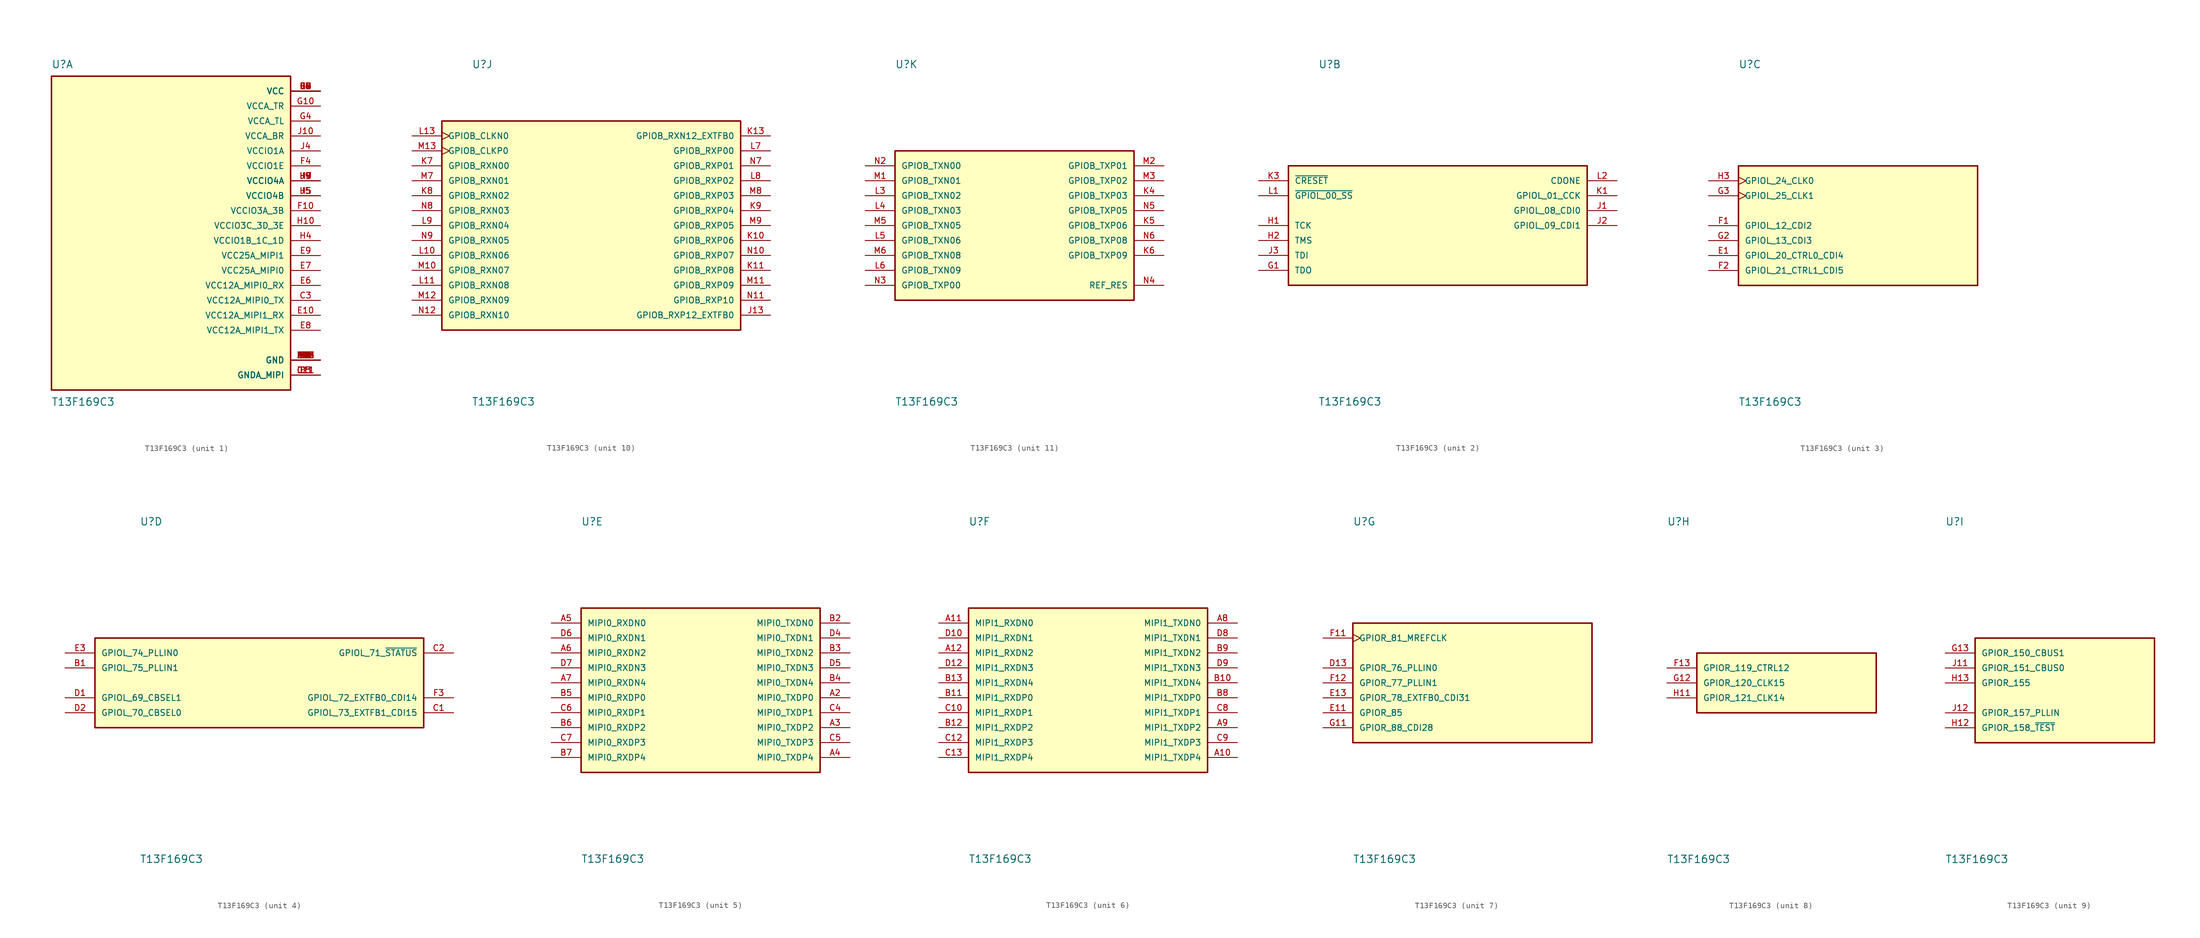
<source format=kicad_sym>
(kicad_symbol_lib
  (version 20211014)
  (generator kicad_symbol_editor)
  (symbol "T13F169C3"
    (pin_names
      (offset 1.016))
    (property "Reference" "U"
      (at -20.32 26.67 0)
      (effects (font (size 1.27 1.27)) (justify left bottom)))
    (property "Value" "T13F169C3"
      (at -20.32 -29.21 0)
      (effects (font (size 1.27 1.27)) (justify left top)))
    (symbol "T13F169C3_1_0"
      (rectangle (start -20.32 -27.94) (end 20.32 25.4) (stroke (width 0.254) (type default) (color 0 0 0 0)) (fill (type background)))
      (pin power_in line (at 25.4 -22.86 180) (length 5.08) (name "GND" (effects (font (size 1.016 1.016)))) (number "A1" (effects (font (size 1.016 1.016)))))
      (pin power_in line (at 25.4 -22.86 180) (length 5.08) (name "GND" (effects (font (size 1.016 1.016)))) (number "A13" (effects (font (size 1.016 1.016)))))
      (pin power_in line (at 25.4 -25.4 180) (length 5.08) (name "GNDA_MIPI" (effects (font (size 1.016 1.016)))) (number "C11" (effects (font (size 1.016 1.016)))))
      (pin power_in line (at 25.4 -12.7 180) (length 5.08) (name "VCC12A_MIPI0_TX" (effects (font (size 1.016 1.016)))) (number "C3" (effects (font (size 1.016 1.016)))))
      (pin power_in line (at 25.4 -25.4 180) (length 5.08) (name "GNDA_MIPI" (effects (font (size 1.016 1.016)))) (number "D11" (effects (font (size 1.016 1.016)))))
      (pin power_in line (at 25.4 -25.4 180) (length 5.08) (name "GNDA_MIPI" (effects (font (size 1.016 1.016)))) (number "D3" (effects (font (size 1.016 1.016)))))
      (pin power_in line (at 25.4 -15.24 180) (length 5.08) (name "VCC12A_MIPI1_RX" (effects (font (size 1.016 1.016)))) (number "E10" (effects (font (size 1.016 1.016)))))
      (pin power_in line (at 25.4 -22.86 180) (length 5.08) (name "GND" (effects (font (size 1.016 1.016)))) (number "E12" (effects (font (size 1.016 1.016)))))
      (pin power_in line (at 25.4 -22.86 180) (length 5.08) (name "GND" (effects (font (size 1.016 1.016)))) (number "E2" (effects (font (size 1.016 1.016)))))
      (pin power_in line (at 25.4 22.86 180) (length 5.08) (name "VCC" (effects (font (size 1.016 1.016)))) (number "E4" (effects (font (size 1.016 1.016)))))
      (pin power_in line (at 25.4 -25.4 180) (length 5.08) (name "GNDA_MIPI" (effects (font (size 1.016 1.016)))) (number "E5" (effects (font (size 1.016 1.016)))))
      (pin power_in line (at 25.4 -10.16 180) (length 5.08) (name "VCC12A_MIPI0_RX" (effects (font (size 1.016 1.016)))) (number "E6" (effects (font (size 1.016 1.016)))))
      (pin power_in line (at 25.4 -7.62 180) (length 5.08) (name "VCC25A_MIPI0" (effects (font (size 1.016 1.016)))) (number "E7" (effects (font (size 1.016 1.016)))))
      (pin power_in line (at 25.4 -17.78 180) (length 5.08) (name "VCC12A_MIPI1_TX" (effects (font (size 1.016 1.016)))) (number "E8" (effects (font (size 1.016 1.016)))))
      (pin power_in line (at 25.4 -5.08 180) (length 5.08) (name "VCC25A_MIPI1" (effects (font (size 1.016 1.016)))) (number "E9" (effects (font (size 1.016 1.016)))))
      (pin power_in line (at 25.4 2.54 180) (length 5.08) (name "VCCIO3A_3B" (effects (font (size 1.016 1.016)))) (number "F10" (effects (font (size 1.016 1.016)))))
      (pin power_in line (at 25.4 10.16 180) (length 5.08) (name "VCCIO1E" (effects (font (size 1.016 1.016)))) (number "F4" (effects (font (size 1.016 1.016)))))
      (pin power_in line (at 25.4 -22.86 180) (length 5.08) (name "GND" (effects (font (size 1.016 1.016)))) (number "F5" (effects (font (size 1.016 1.016)))))
      (pin power_in line (at 25.4 -22.86 180) (length 5.08) (name "GND" (effects (font (size 1.016 1.016)))) (number "F6" (effects (font (size 1.016 1.016)))))
      (pin power_in line (at 25.4 22.86 180) (length 5.08) (name "VCC" (effects (font (size 1.016 1.016)))) (number "F7" (effects (font (size 1.016 1.016)))))
      (pin power_in line (at 25.4 -22.86 180) (length 5.08) (name "GND" (effects (font (size 1.016 1.016)))) (number "F8" (effects (font (size 1.016 1.016)))))
      (pin power_in line (at 25.4 22.86 180) (length 5.08) (name "VCC" (effects (font (size 1.016 1.016)))) (number "F9" (effects (font (size 1.016 1.016)))))
      (pin power_in line (at 25.4 20.32 180) (length 5.08) (name "VCCA_TR" (effects (font (size 1.016 1.016)))) (number "G10" (effects (font (size 1.016 1.016)))))
      (pin power_in line (at 25.4 17.78 180) (length 5.08) (name "VCCA_TL" (effects (font (size 1.016 1.016)))) (number "G4" (effects (font (size 1.016 1.016)))))
      (pin power_in line (at 25.4 22.86 180) (length 5.08) (name "VCC" (effects (font (size 1.016 1.016)))) (number "G5" (effects (font (size 1.016 1.016)))))
      (pin power_in line (at 25.4 -22.86 180) (length 5.08) (name "GND" (effects (font (size 1.016 1.016)))) (number "G6" (effects (font (size 1.016 1.016)))))
      (pin power_in line (at 25.4 -22.86 180) (length 5.08) (name "GND" (effects (font (size 1.016 1.016)))) (number "G7" (effects (font (size 1.016 1.016)))))
      (pin power_in line (at 25.4 22.86 180) (length 5.08) (name "VCC" (effects (font (size 1.016 1.016)))) (number "G8" (effects (font (size 1.016 1.016)))))
      (pin power_in line (at 25.4 22.86 180) (length 5.08) (name "VCC" (effects (font (size 1.016 1.016)))) (number "G9" (effects (font (size 1.016 1.016)))))
      (pin power_in line (at 25.4 0 180) (length 5.08) (name "VCCIO3C_3D_3E" (effects (font (size 1.016 1.016)))) (number "H10" (effects (font (size 1.016 1.016)))))
      (pin power_in line (at 25.4 -2.54 180) (length 5.08) (name "VCCIO1B_1C_1D" (effects (font (size 1.016 1.016)))) (number "H4" (effects (font (size 1.016 1.016)))))
      (pin power_in line (at 25.4 5.08 180) (length 5.08) (name "VCCIO4B" (effects (font (size 1.016 1.016)))) (number "H5" (effects (font (size 1.016 1.016)))))
      (pin power_in line (at 25.4 22.86 180) (length 5.08) (name "VCC" (effects (font (size 1.016 1.016)))) (number "H6" (effects (font (size 1.016 1.016)))))
      (pin power_in line (at 25.4 7.62 180) (length 5.08) (name "VCCIO4A" (effects (font (size 1.016 1.016)))) (number "H7" (effects (font (size 1.016 1.016)))))
      (pin power_in line (at 25.4 7.62 180) (length 5.08) (name "VCCIO4A" (effects (font (size 1.016 1.016)))) (number "H8" (effects (font (size 1.016 1.016)))))
      (pin power_in line (at 25.4 7.62 180) (length 5.08) (name "VCCIO4A" (effects (font (size 1.016 1.016)))) (number "H9" (effects (font (size 1.016 1.016)))))
      (pin power_in line (at 25.4 15.24 180) (length 5.08) (name "VCCA_BR" (effects (font (size 1.016 1.016)))) (number "J10" (effects (font (size 1.016 1.016)))))
      (pin power_in line (at 25.4 12.7 180) (length 5.08) (name "VCCIO1A" (effects (font (size 1.016 1.016)))) (number "J4" (effects (font (size 1.016 1.016)))))
      (pin power_in line (at 25.4 5.08 180) (length 5.08) (name "VCCIO4B" (effects (font (size 1.016 1.016)))) (number "J5" (effects (font (size 1.016 1.016)))))
      (pin power_in line (at 25.4 22.86 180) (length 5.08) (name "VCC" (effects (font (size 1.016 1.016)))) (number "J6" (effects (font (size 1.016 1.016)))))
      (pin power_in line (at 25.4 -22.86 180) (length 5.08) (name "GND" (effects (font (size 1.016 1.016)))) (number "J7" (effects (font (size 1.016 1.016)))))
      (pin power_in line (at 25.4 -22.86 180) (length 5.08) (name "GND" (effects (font (size 1.016 1.016)))) (number "J8" (effects (font (size 1.016 1.016)))))
      (pin power_in line (at 25.4 7.62 180) (length 5.08) (name "VCCIO4A" (effects (font (size 1.016 1.016)))) (number "J9" (effects (font (size 1.016 1.016)))))
      (pin power_in line (at 25.4 -22.86 180) (length 5.08) (name "GND" (effects (font (size 1.016 1.016)))) (number "K12" (effects (font (size 1.016 1.016)))))
      (pin power_in line (at 25.4 -22.86 180) (length 5.08) (name "GND" (effects (font (size 1.016 1.016)))) (number "K2" (effects (font (size 1.016 1.016)))))
      (pin power_in line (at 25.4 -22.86 180) (length 5.08) (name "GND" (effects (font (size 1.016 1.016)))) (number "L12" (effects (font (size 1.016 1.016)))))
      (pin power_in line (at 25.4 -22.86 180) (length 5.08) (name "GND" (effects (font (size 1.016 1.016)))) (number "M4" (effects (font (size 1.016 1.016)))))
      (pin power_in line (at 25.4 -22.86 180) (length 5.08) (name "GND" (effects (font (size 1.016 1.016)))) (number "N1" (effects (font (size 1.016 1.016)))))
      (pin power_in line (at 25.4 -22.86 180) (length 5.08) (name "GND" (effects (font (size 1.016 1.016)))) (number "N13" (effects (font (size 1.016 1.016))))))
    (symbol "T13F169C3_2_0"
      (rectangle (start -25.4 -10.16) (end 25.4 10.16) (stroke (width 0.254) (type default) (color 0 0 0 0)) (fill (type background)))
      (pin output line (at -30.48 -7.62 0) (length 5.08) (name "TDO" (effects (font (size 1.016 1.016)))) (number "G1" (effects (font (size 1.016 1.016)))))
      (pin input line (at -30.48 0 0) (length 5.08) (name "TCK" (effects (font (size 1.016 1.016)))) (number "H1" (effects (font (size 1.016 1.016)))))
      (pin input line (at -30.48 -2.54 0) (length 5.08) (name "TMS" (effects (font (size 1.016 1.016)))) (number "H2" (effects (font (size 1.016 1.016)))))
      (pin bidirectional line (at 30.48 2.54 180) (length 5.08) (name "GPIOL_08_CDI0" (effects (font (size 1.016 1.016)))) (number "J1" (effects (font (size 1.016 1.016)))))
      (pin bidirectional line (at 30.48 0 180) (length 5.08) (name "GPIOL_09_CDI1" (effects (font (size 1.016 1.016)))) (number "J2" (effects (font (size 1.016 1.016)))))
      (pin input line (at -30.48 -5.08 0) (length 5.08) (name "TDI" (effects (font (size 1.016 1.016)))) (number "J3" (effects (font (size 1.016 1.016)))))
      (pin bidirectional line (at 30.48 5.08 180) (length 5.08) (name "GPIOL_01_CCK" (effects (font (size 1.016 1.016)))) (number "K1" (effects (font (size 1.016 1.016)))))
      (pin input line (at -30.48 7.62 0) (length 5.08) (name "~{CRESET}" (effects (font (size 1.016 1.016)))) (number "K3" (effects (font (size 1.016 1.016)))))
      (pin input line (at -30.48 5.08 0) (length 5.08) (name "~{GPIOL_00_SS}" (effects (font (size 1.016 1.016)))) (number "L1" (effects (font (size 1.016 1.016)))))
      (pin bidirectional line (at 30.48 7.62 180) (length 5.08) (name "CDONE" (effects (font (size 1.016 1.016)))) (number "L2" (effects (font (size 1.016 1.016))))))
    (symbol "T13F169C3_3_0"
      (rectangle (start -20.32 -10.16) (end 20.32 10.16) (stroke (width 0.254) (type default) (color 0 0 0 0)) (fill (type background)))
      (pin bidirectional line (at -25.4 -5.08 0) (length 5.08) (name "GPIOL_20_CTRL0_CDI4" (effects (font (size 1.016 1.016)))) (number "E1" (effects (font (size 1.016 1.016)))))
      (pin bidirectional line (at -25.4 0 0) (length 5.08) (name "GPIOL_12_CDI2" (effects (font (size 1.016 1.016)))) (number "F1" (effects (font (size 1.016 1.016)))))
      (pin bidirectional line (at -25.4 -7.62 0) (length 5.08) (name "GPIOL_21_CTRL1_CDI5" (effects (font (size 1.016 1.016)))) (number "F2" (effects (font (size 1.016 1.016)))))
      (pin bidirectional line (at -25.4 -2.54 0) (length 5.08) (name "GPIOL_13_CDI3" (effects (font (size 1.016 1.016)))) (number "G2" (effects (font (size 1.016 1.016)))))
      (pin input clock (at -25.4 5.08 0) (length 5.08) (name "GPIOL_25_CLK1" (effects (font (size 1.016 1.016)))) (number "G3" (effects (font (size 1.016 1.016)))))
      (pin input clock (at -25.4 7.62 0) (length 5.08) (name "GPIOL_24_CLK0" (effects (font (size 1.016 1.016)))) (number "H3" (effects (font (size 1.016 1.016))))))
    (symbol "T13F169C3_4_0"
      (rectangle (start -27.94 -7.62) (end 27.94 7.62) (stroke (width 0.254) (type default) (color 0 0 0 0)) (fill (type background)))
      (pin input line (at -33.02 2.54 0) (length 5.08) (name "GPIOL_75_PLLIN1" (effects (font (size 1.016 1.016)))) (number "B1" (effects (font (size 1.016 1.016)))))
      (pin bidirectional line (at 33.02 -5.08 180) (length 5.08) (name "GPIOL_73_EXTFB1_CDI15" (effects (font (size 1.016 1.016)))) (number "C1" (effects (font (size 1.016 1.016)))))
      (pin bidirectional line (at 33.02 5.08 180) (length 5.08) (name "GPIOL_71_~{STATUS}" (effects (font (size 1.016 1.016)))) (number "C2" (effects (font (size 1.016 1.016)))))
      (pin bidirectional line (at -33.02 -2.54 0) (length 5.08) (name "GPIOL_69_CBSEL1" (effects (font (size 1.016 1.016)))) (number "D1" (effects (font (size 1.016 1.016)))))
      (pin bidirectional line (at -33.02 -5.08 0) (length 5.08) (name "GPIOL_70_CBSEL0" (effects (font (size 1.016 1.016)))) (number "D2" (effects (font (size 1.016 1.016)))))
      (pin input line (at -33.02 5.08 0) (length 5.08) (name "GPIOL_74_PLLIN0" (effects (font (size 1.016 1.016)))) (number "E3" (effects (font (size 1.016 1.016)))))
      (pin bidirectional line (at 33.02 -2.54 180) (length 5.08) (name "GPIOL_72_EXTFB0_CDI14" (effects (font (size 1.016 1.016)))) (number "F3" (effects (font (size 1.016 1.016))))))
    (symbol "T13F169C3_5_0"
      (rectangle (start -20.32 -15.24) (end 20.32 12.7) (stroke (width 0.254) (type default) (color 0 0 0 0)) (fill (type background)))
      (pin bidirectional line (at 25.4 -2.54 180) (length 5.08) (name "MIPI0_TXDP0" (effects (font (size 1.016 1.016)))) (number "A2" (effects (font (size 1.016 1.016)))))
      (pin bidirectional line (at 25.4 -7.62 180) (length 5.08) (name "MIPI0_TXDP2" (effects (font (size 1.016 1.016)))) (number "A3" (effects (font (size 1.016 1.016)))))
      (pin bidirectional line (at 25.4 -12.7 180) (length 5.08) (name "MIPI0_TXDP4" (effects (font (size 1.016 1.016)))) (number "A4" (effects (font (size 1.016 1.016)))))
      (pin bidirectional line (at -25.4 10.16 0) (length 5.08) (name "MIPI0_RXDN0" (effects (font (size 1.016 1.016)))) (number "A5" (effects (font (size 1.016 1.016)))))
      (pin bidirectional line (at -25.4 5.08 0) (length 5.08) (name "MIPI0_RXDN2" (effects (font (size 1.016 1.016)))) (number "A6" (effects (font (size 1.016 1.016)))))
      (pin bidirectional line (at -25.4 0 0) (length 5.08) (name "MIPI0_RXDN4" (effects (font (size 1.016 1.016)))) (number "A7" (effects (font (size 1.016 1.016)))))
      (pin bidirectional line (at 25.4 10.16 180) (length 5.08) (name "MIPI0_TXDN0" (effects (font (size 1.016 1.016)))) (number "B2" (effects (font (size 1.016 1.016)))))
      (pin bidirectional line (at 25.4 5.08 180) (length 5.08) (name "MIPI0_TXDN2" (effects (font (size 1.016 1.016)))) (number "B3" (effects (font (size 1.016 1.016)))))
      (pin bidirectional line (at 25.4 0 180) (length 5.08) (name "MIPI0_TXDN4" (effects (font (size 1.016 1.016)))) (number "B4" (effects (font (size 1.016 1.016)))))
      (pin bidirectional line (at -25.4 -2.54 0) (length 5.08) (name "MIPI0_RXDP0" (effects (font (size 1.016 1.016)))) (number "B5" (effects (font (size 1.016 1.016)))))
      (pin bidirectional line (at -25.4 -7.62 0) (length 5.08) (name "MIPI0_RXDP2" (effects (font (size 1.016 1.016)))) (number "B6" (effects (font (size 1.016 1.016)))))
      (pin bidirectional line (at -25.4 -12.7 0) (length 5.08) (name "MIPI0_RXDP4" (effects (font (size 1.016 1.016)))) (number "B7" (effects (font (size 1.016 1.016)))))
      (pin bidirectional line (at 25.4 -5.08 180) (length 5.08) (name "MIPI0_TXDP1" (effects (font (size 1.016 1.016)))) (number "C4" (effects (font (size 1.016 1.016)))))
      (pin bidirectional line (at 25.4 -10.16 180) (length 5.08) (name "MIPI0_TXDP3" (effects (font (size 1.016 1.016)))) (number "C5" (effects (font (size 1.016 1.016)))))
      (pin bidirectional line (at -25.4 -5.08 0) (length 5.08) (name "MIPI0_RXDP1" (effects (font (size 1.016 1.016)))) (number "C6" (effects (font (size 1.016 1.016)))))
      (pin bidirectional line (at -25.4 -10.16 0) (length 5.08) (name "MIPI0_RXDP3" (effects (font (size 1.016 1.016)))) (number "C7" (effects (font (size 1.016 1.016)))))
      (pin bidirectional line (at 25.4 7.62 180) (length 5.08) (name "MIPI0_TXDN1" (effects (font (size 1.016 1.016)))) (number "D4" (effects (font (size 1.016 1.016)))))
      (pin bidirectional line (at 25.4 2.54 180) (length 5.08) (name "MIPI0_TXDN3" (effects (font (size 1.016 1.016)))) (number "D5" (effects (font (size 1.016 1.016)))))
      (pin bidirectional line (at -25.4 7.62 0) (length 5.08) (name "MIPI0_RXDN1" (effects (font (size 1.016 1.016)))) (number "D6" (effects (font (size 1.016 1.016)))))
      (pin bidirectional line (at -25.4 2.54 0) (length 5.08) (name "MIPI0_RXDN3" (effects (font (size 1.016 1.016)))) (number "D7" (effects (font (size 1.016 1.016))))))
    (symbol "T13F169C3_6_0"
      (rectangle (start -20.32 -15.24) (end 20.32 12.7) (stroke (width 0.254) (type default) (color 0 0 0 0)) (fill (type background)))
      (pin bidirectional line (at 25.4 -12.7 180) (length 5.08) (name "MIPI1_TXDP4" (effects (font (size 1.016 1.016)))) (number "A10" (effects (font (size 1.016 1.016)))))
      (pin bidirectional line (at -25.4 10.16 0) (length 5.08) (name "MIPI1_RXDN0" (effects (font (size 1.016 1.016)))) (number "A11" (effects (font (size 1.016 1.016)))))
      (pin bidirectional line (at -25.4 5.08 0) (length 5.08) (name "MIPI1_RXDN2" (effects (font (size 1.016 1.016)))) (number "A12" (effects (font (size 1.016 1.016)))))
      (pin bidirectional line (at 25.4 10.16 180) (length 5.08) (name "MIPI1_TXDN0" (effects (font (size 1.016 1.016)))) (number "A8" (effects (font (size 1.016 1.016)))))
      (pin bidirectional line (at 25.4 -7.62 180) (length 5.08) (name "MIPI1_TXDP2" (effects (font (size 1.016 1.016)))) (number "A9" (effects (font (size 1.016 1.016)))))
      (pin bidirectional line (at 25.4 0 180) (length 5.08) (name "MIPI1_TXDN4" (effects (font (size 1.016 1.016)))) (number "B10" (effects (font (size 1.016 1.016)))))
      (pin bidirectional line (at -25.4 -2.54 0) (length 5.08) (name "MIPI1_RXDP0" (effects (font (size 1.016 1.016)))) (number "B11" (effects (font (size 1.016 1.016)))))
      (pin bidirectional line (at -25.4 -7.62 0) (length 5.08) (name "MIPI1_RXDP2" (effects (font (size 1.016 1.016)))) (number "B12" (effects (font (size 1.016 1.016)))))
      (pin bidirectional line (at -25.4 0 0) (length 5.08) (name "MIPI1_RXDN4" (effects (font (size 1.016 1.016)))) (number "B13" (effects (font (size 1.016 1.016)))))
      (pin bidirectional line (at 25.4 -2.54 180) (length 5.08) (name "MIPI1_TXDP0" (effects (font (size 1.016 1.016)))) (number "B8" (effects (font (size 1.016 1.016)))))
      (pin bidirectional line (at 25.4 5.08 180) (length 5.08) (name "MIPI1_TXDN2" (effects (font (size 1.016 1.016)))) (number "B9" (effects (font (size 1.016 1.016)))))
      (pin bidirectional line (at -25.4 -5.08 0) (length 5.08) (name "MIPI1_RXDP1" (effects (font (size 1.016 1.016)))) (number "C10" (effects (font (size 1.016 1.016)))))
      (pin bidirectional line (at -25.4 -10.16 0) (length 5.08) (name "MIPI1_RXDP3" (effects (font (size 1.016 1.016)))) (number "C12" (effects (font (size 1.016 1.016)))))
      (pin bidirectional line (at -25.4 -12.7 0) (length 5.08) (name "MIPI1_RXDP4" (effects (font (size 1.016 1.016)))) (number "C13" (effects (font (size 1.016 1.016)))))
      (pin bidirectional line (at 25.4 -5.08 180) (length 5.08) (name "MIPI1_TXDP1" (effects (font (size 1.016 1.016)))) (number "C8" (effects (font (size 1.016 1.016)))))
      (pin bidirectional line (at 25.4 -10.16 180) (length 5.08) (name "MIPI1_TXDP3" (effects (font (size 1.016 1.016)))) (number "C9" (effects (font (size 1.016 1.016)))))
      (pin bidirectional line (at -25.4 7.62 0) (length 5.08) (name "MIPI1_RXDN1" (effects (font (size 1.016 1.016)))) (number "D10" (effects (font (size 1.016 1.016)))))
      (pin bidirectional line (at -25.4 2.54 0) (length 5.08) (name "MIPI1_RXDN3" (effects (font (size 1.016 1.016)))) (number "D12" (effects (font (size 1.016 1.016)))))
      (pin bidirectional line (at 25.4 7.62 180) (length 5.08) (name "MIPI1_TXDN1" (effects (font (size 1.016 1.016)))) (number "D8" (effects (font (size 1.016 1.016)))))
      (pin bidirectional line (at 25.4 2.54 180) (length 5.08) (name "MIPI1_TXDN3" (effects (font (size 1.016 1.016)))) (number "D9" (effects (font (size 1.016 1.016))))))
    (symbol "T13F169C3_7_0"
      (rectangle (start -20.32 -10.16) (end 20.32 10.16) (stroke (width 0.254) (type default) (color 0 0 0 0)) (fill (type background)))
      (pin bidirectional line (at -25.4 2.54 0) (length 5.08) (name "GPIOR_76_PLLIN0" (effects (font (size 1.016 1.016)))) (number "D13" (effects (font (size 1.016 1.016)))))
      (pin bidirectional line (at -25.4 -5.08 0) (length 5.08) (name "GPIOR_85" (effects (font (size 1.016 1.016)))) (number "E11" (effects (font (size 1.016 1.016)))))
      (pin bidirectional line (at -25.4 -2.54 0) (length 5.08) (name "GPIOR_78_EXTFB0_CDI31" (effects (font (size 1.016 1.016)))) (number "E13" (effects (font (size 1.016 1.016)))))
      (pin input clock (at -25.4 7.62 0) (length 5.08) (name "GPIOR_81_MREFCLK" (effects (font (size 1.016 1.016)))) (number "F11" (effects (font (size 1.016 1.016)))))
      (pin bidirectional line (at -25.4 0 0) (length 5.08) (name "GPIOR_77_PLLIN1" (effects (font (size 1.016 1.016)))) (number "F12" (effects (font (size 1.016 1.016)))))
      (pin bidirectional line (at -25.4 -7.62 0) (length 5.08) (name "GPIOR_88_CDI28" (effects (font (size 1.016 1.016)))) (number "G11" (effects (font (size 1.016 1.016))))))
    (symbol "T13F169C3_8_0"
      (rectangle (start -15.24 -5.08) (end 15.24 5.08) (stroke (width 0.254) (type default) (color 0 0 0 0)) (fill (type background)))
      (pin bidirectional line (at -20.32 2.54 0) (length 5.08) (name "GPIOR_119_CTRL12" (effects (font (size 1.016 1.016)))) (number "F13" (effects (font (size 1.016 1.016)))))
      (pin bidirectional line (at -20.32 0 0) (length 5.08) (name "GPIOR_120_CLK15" (effects (font (size 1.016 1.016)))) (number "G12" (effects (font (size 1.016 1.016)))))
      (pin bidirectional line (at -20.32 -2.54 0) (length 5.08) (name "GPIOR_121_CLK14" (effects (font (size 1.016 1.016)))) (number "H11" (effects (font (size 1.016 1.016))))))
    (symbol "T13F169C3_9_0"
      (rectangle (start -15.24 -10.16) (end 15.24 7.62) (stroke (width 0.254) (type default) (color 0 0 0 0)) (fill (type background)))
      (pin bidirectional line (at -20.32 5.08 0) (length 5.08) (name "GPIOR_150_CBUS1" (effects (font (size 1.016 1.016)))) (number "G13" (effects (font (size 1.016 1.016)))))
      (pin input line (at -20.32 -7.62 0) (length 5.08) (name "GPIOR_158_~{TEST}" (effects (font (size 1.016 1.016)))) (number "H12" (effects (font (size 1.016 1.016)))))
      (pin bidirectional line (at -20.32 0 0) (length 5.08) (name "GPIOR_155" (effects (font (size 1.016 1.016)))) (number "H13" (effects (font (size 1.016 1.016)))))
      (pin bidirectional line (at -20.32 2.54 0) (length 5.08) (name "GPIOR_151_CBUS0" (effects (font (size 1.016 1.016)))) (number "J11" (effects (font (size 1.016 1.016)))))
      (pin input line (at -20.32 -5.08 0) (length 5.08) (name "GPIOR_157_PLLIN" (effects (font (size 1.016 1.016)))) (number "J12" (effects (font (size 1.016 1.016))))))
    (symbol "T13F169C3_10_0"
      (rectangle (start -25.4 -17.78) (end 25.4 17.78) (stroke (width 0.254) (type default) (color 0 0 0 0)) (fill (type background)))
      (pin bidirectional line (at 30.48 -15.24 180) (length 5.08) (name "GPIOB_RXP12_EXTFB0" (effects (font (size 1.016 1.016)))) (number "J13" (effects (font (size 1.016 1.016)))))
      (pin bidirectional line (at 30.48 -2.54 180) (length 5.08) (name "GPIOB_RXP06" (effects (font (size 1.016 1.016)))) (number "K10" (effects (font (size 1.016 1.016)))))
      (pin bidirectional line (at 30.48 -7.62 180) (length 5.08) (name "GPIOB_RXP08" (effects (font (size 1.016 1.016)))) (number "K11" (effects (font (size 1.016 1.016)))))
      (pin bidirectional line (at 30.48 15.24 180) (length 5.08) (name "GPIOB_RXN12_EXTFB0" (effects (font (size 1.016 1.016)))) (number "K13" (effects (font (size 1.016 1.016)))))
      (pin bidirectional line (at -30.48 10.16 0) (length 5.08) (name "GPIOB_RXN00" (effects (font (size 1.016 1.016)))) (number "K7" (effects (font (size 1.016 1.016)))))
      (pin bidirectional line (at -30.48 5.08 0) (length 5.08) (name "GPIOB_RXN02" (effects (font (size 1.016 1.016)))) (number "K8" (effects (font (size 1.016 1.016)))))
      (pin bidirectional line (at 30.48 2.54 180) (length 5.08) (name "GPIOB_RXP04" (effects (font (size 1.016 1.016)))) (number "K9" (effects (font (size 1.016 1.016)))))
      (pin bidirectional line (at -30.48 -5.08 0) (length 5.08) (name "GPIOB_RXN06" (effects (font (size 1.016 1.016)))) (number "L10" (effects (font (size 1.016 1.016)))))
      (pin bidirectional line (at -30.48 -10.16 0) (length 5.08) (name "GPIOB_RXN08" (effects (font (size 1.016 1.016)))) (number "L11" (effects (font (size 1.016 1.016)))))
      (pin bidirectional clock (at -30.48 15.24 0) (length 5.08) (name "GPIOB_CLKN0" (effects (font (size 1.016 1.016)))) (number "L13" (effects (font (size 1.016 1.016)))))
      (pin bidirectional line (at 30.48 12.7 180) (length 5.08) (name "GPIOB_RXP00" (effects (font (size 1.016 1.016)))) (number "L7" (effects (font (size 1.016 1.016)))))
      (pin bidirectional line (at 30.48 7.62 180) (length 5.08) (name "GPIOB_RXP02" (effects (font (size 1.016 1.016)))) (number "L8" (effects (font (size 1.016 1.016)))))
      (pin bidirectional line (at -30.48 0 0) (length 5.08) (name "GPIOB_RXN04" (effects (font (size 1.016 1.016)))) (number "L9" (effects (font (size 1.016 1.016)))))
      (pin bidirectional line (at -30.48 -7.62 0) (length 5.08) (name "GPIOB_RXN07" (effects (font (size 1.016 1.016)))) (number "M10" (effects (font (size 1.016 1.016)))))
      (pin bidirectional line (at 30.48 -10.16 180) (length 5.08) (name "GPIOB_RXP09" (effects (font (size 1.016 1.016)))) (number "M11" (effects (font (size 1.016 1.016)))))
      (pin bidirectional line (at -30.48 -12.7 0) (length 5.08) (name "GPIOB_RXN09" (effects (font (size 1.016 1.016)))) (number "M12" (effects (font (size 1.016 1.016)))))
      (pin bidirectional clock (at -30.48 12.7 0) (length 5.08) (name "GPIOB_CLKP0" (effects (font (size 1.016 1.016)))) (number "M13" (effects (font (size 1.016 1.016)))))
      (pin bidirectional line (at -30.48 7.62 0) (length 5.08) (name "GPIOB_RXN01" (effects (font (size 1.016 1.016)))) (number "M7" (effects (font (size 1.016 1.016)))))
      (pin bidirectional line (at 30.48 5.08 180) (length 5.08) (name "GPIOB_RXP03" (effects (font (size 1.016 1.016)))) (number "M8" (effects (font (size 1.016 1.016)))))
      (pin bidirectional line (at 30.48 0 180) (length 5.08) (name "GPIOB_RXP05" (effects (font (size 1.016 1.016)))) (number "M9" (effects (font (size 1.016 1.016)))))
      (pin bidirectional line (at 30.48 -5.08 180) (length 5.08) (name "GPIOB_RXP07" (effects (font (size 1.016 1.016)))) (number "N10" (effects (font (size 1.016 1.016)))))
      (pin bidirectional line (at 30.48 -12.7 180) (length 5.08) (name "GPIOB_RXP10" (effects (font (size 1.016 1.016)))) (number "N11" (effects (font (size 1.016 1.016)))))
      (pin bidirectional line (at -30.48 -15.24 0) (length 5.08) (name "GPIOB_RXN10" (effects (font (size 1.016 1.016)))) (number "N12" (effects (font (size 1.016 1.016)))))
      (pin bidirectional line (at 30.48 10.16 180) (length 5.08) (name "GPIOB_RXP01" (effects (font (size 1.016 1.016)))) (number "N7" (effects (font (size 1.016 1.016)))))
      (pin bidirectional line (at -30.48 2.54 0) (length 5.08) (name "GPIOB_RXN03" (effects (font (size 1.016 1.016)))) (number "N8" (effects (font (size 1.016 1.016)))))
      (pin bidirectional line (at -30.48 -2.54 0) (length 5.08) (name "GPIOB_RXN05" (effects (font (size 1.016 1.016)))) (number "N9" (effects (font (size 1.016 1.016))))))
    (symbol "T13F169C3_11_0"
      (rectangle (start -20.32 -12.7) (end 20.32 12.7) (stroke (width 0.254) (type default) (color 0 0 0 0)) (fill (type background)))
      (pin bidirectional line (at 25.4 5.08 180) (length 5.08) (name "GPIOB_TXP03" (effects (font (size 1.016 1.016)))) (number "K4" (effects (font (size 1.016 1.016)))))
      (pin bidirectional line (at 25.4 0 180) (length 5.08) (name "GPIOB_TXP06" (effects (font (size 1.016 1.016)))) (number "K5" (effects (font (size 1.016 1.016)))))
      (pin bidirectional line (at 25.4 -5.08 180) (length 5.08) (name "GPIOB_TXP09" (effects (font (size 1.016 1.016)))) (number "K6" (effects (font (size 1.016 1.016)))))
      (pin bidirectional line (at -25.4 5.08 0) (length 5.08) (name "GPIOB_TXN02" (effects (font (size 1.016 1.016)))) (number "L3" (effects (font (size 1.016 1.016)))))
      (pin bidirectional line (at -25.4 2.54 0) (length 5.08) (name "GPIOB_TXN03" (effects (font (size 1.016 1.016)))) (number "L4" (effects (font (size 1.016 1.016)))))
      (pin bidirectional line (at -25.4 -2.54 0) (length 5.08) (name "GPIOB_TXN06" (effects (font (size 1.016 1.016)))) (number "L5" (effects (font (size 1.016 1.016)))))
      (pin bidirectional line (at -25.4 -7.62 0) (length 5.08) (name "GPIOB_TXN09" (effects (font (size 1.016 1.016)))) (number "L6" (effects (font (size 1.016 1.016)))))
      (pin bidirectional line (at -25.4 7.62 0) (length 5.08) (name "GPIOB_TXN01" (effects (font (size 1.016 1.016)))) (number "M1" (effects (font (size 1.016 1.016)))))
      (pin bidirectional line (at 25.4 10.16 180) (length 5.08) (name "GPIOB_TXP01" (effects (font (size 1.016 1.016)))) (number "M2" (effects (font (size 1.016 1.016)))))
      (pin bidirectional line (at 25.4 7.62 180) (length 5.08) (name "GPIOB_TXP02" (effects (font (size 1.016 1.016)))) (number "M3" (effects (font (size 1.016 1.016)))))
      (pin bidirectional line (at -25.4 0 0) (length 5.08) (name "GPIOB_TXN05" (effects (font (size 1.016 1.016)))) (number "M5" (effects (font (size 1.016 1.016)))))
      (pin bidirectional line (at -25.4 -5.08 0) (length 5.08) (name "GPIOB_TXN08" (effects (font (size 1.016 1.016)))) (number "M6" (effects (font (size 1.016 1.016)))))
      (pin bidirectional line (at -25.4 10.16 0) (length 5.08) (name "GPIOB_TXN00" (effects (font (size 1.016 1.016)))) (number "N2" (effects (font (size 1.016 1.016)))))
      (pin bidirectional line (at -25.4 -10.16 0) (length 5.08) (name "GPIOB_TXP00" (effects (font (size 1.016 1.016)))) (number "N3" (effects (font (size 1.016 1.016)))))
      (pin bidirectional line (at 25.4 -10.16 180) (length 5.08) (name "REF_RES" (effects (font (size 1.016 1.016)))) (number "N4" (effects (font (size 1.016 1.016)))))
      (pin bidirectional line (at 25.4 2.54 180) (length 5.08) (name "GPIOB_TXP05" (effects (font (size 1.016 1.016)))) (number "N5" (effects (font (size 1.016 1.016)))))
      (pin bidirectional line (at 25.4 -2.54 180) (length 5.08) (name "GPIOB_TXP08" (effects (font (size 1.016 1.016)))) (number "N6" (effects (font (size 1.016 1.016))))))))
</source>
